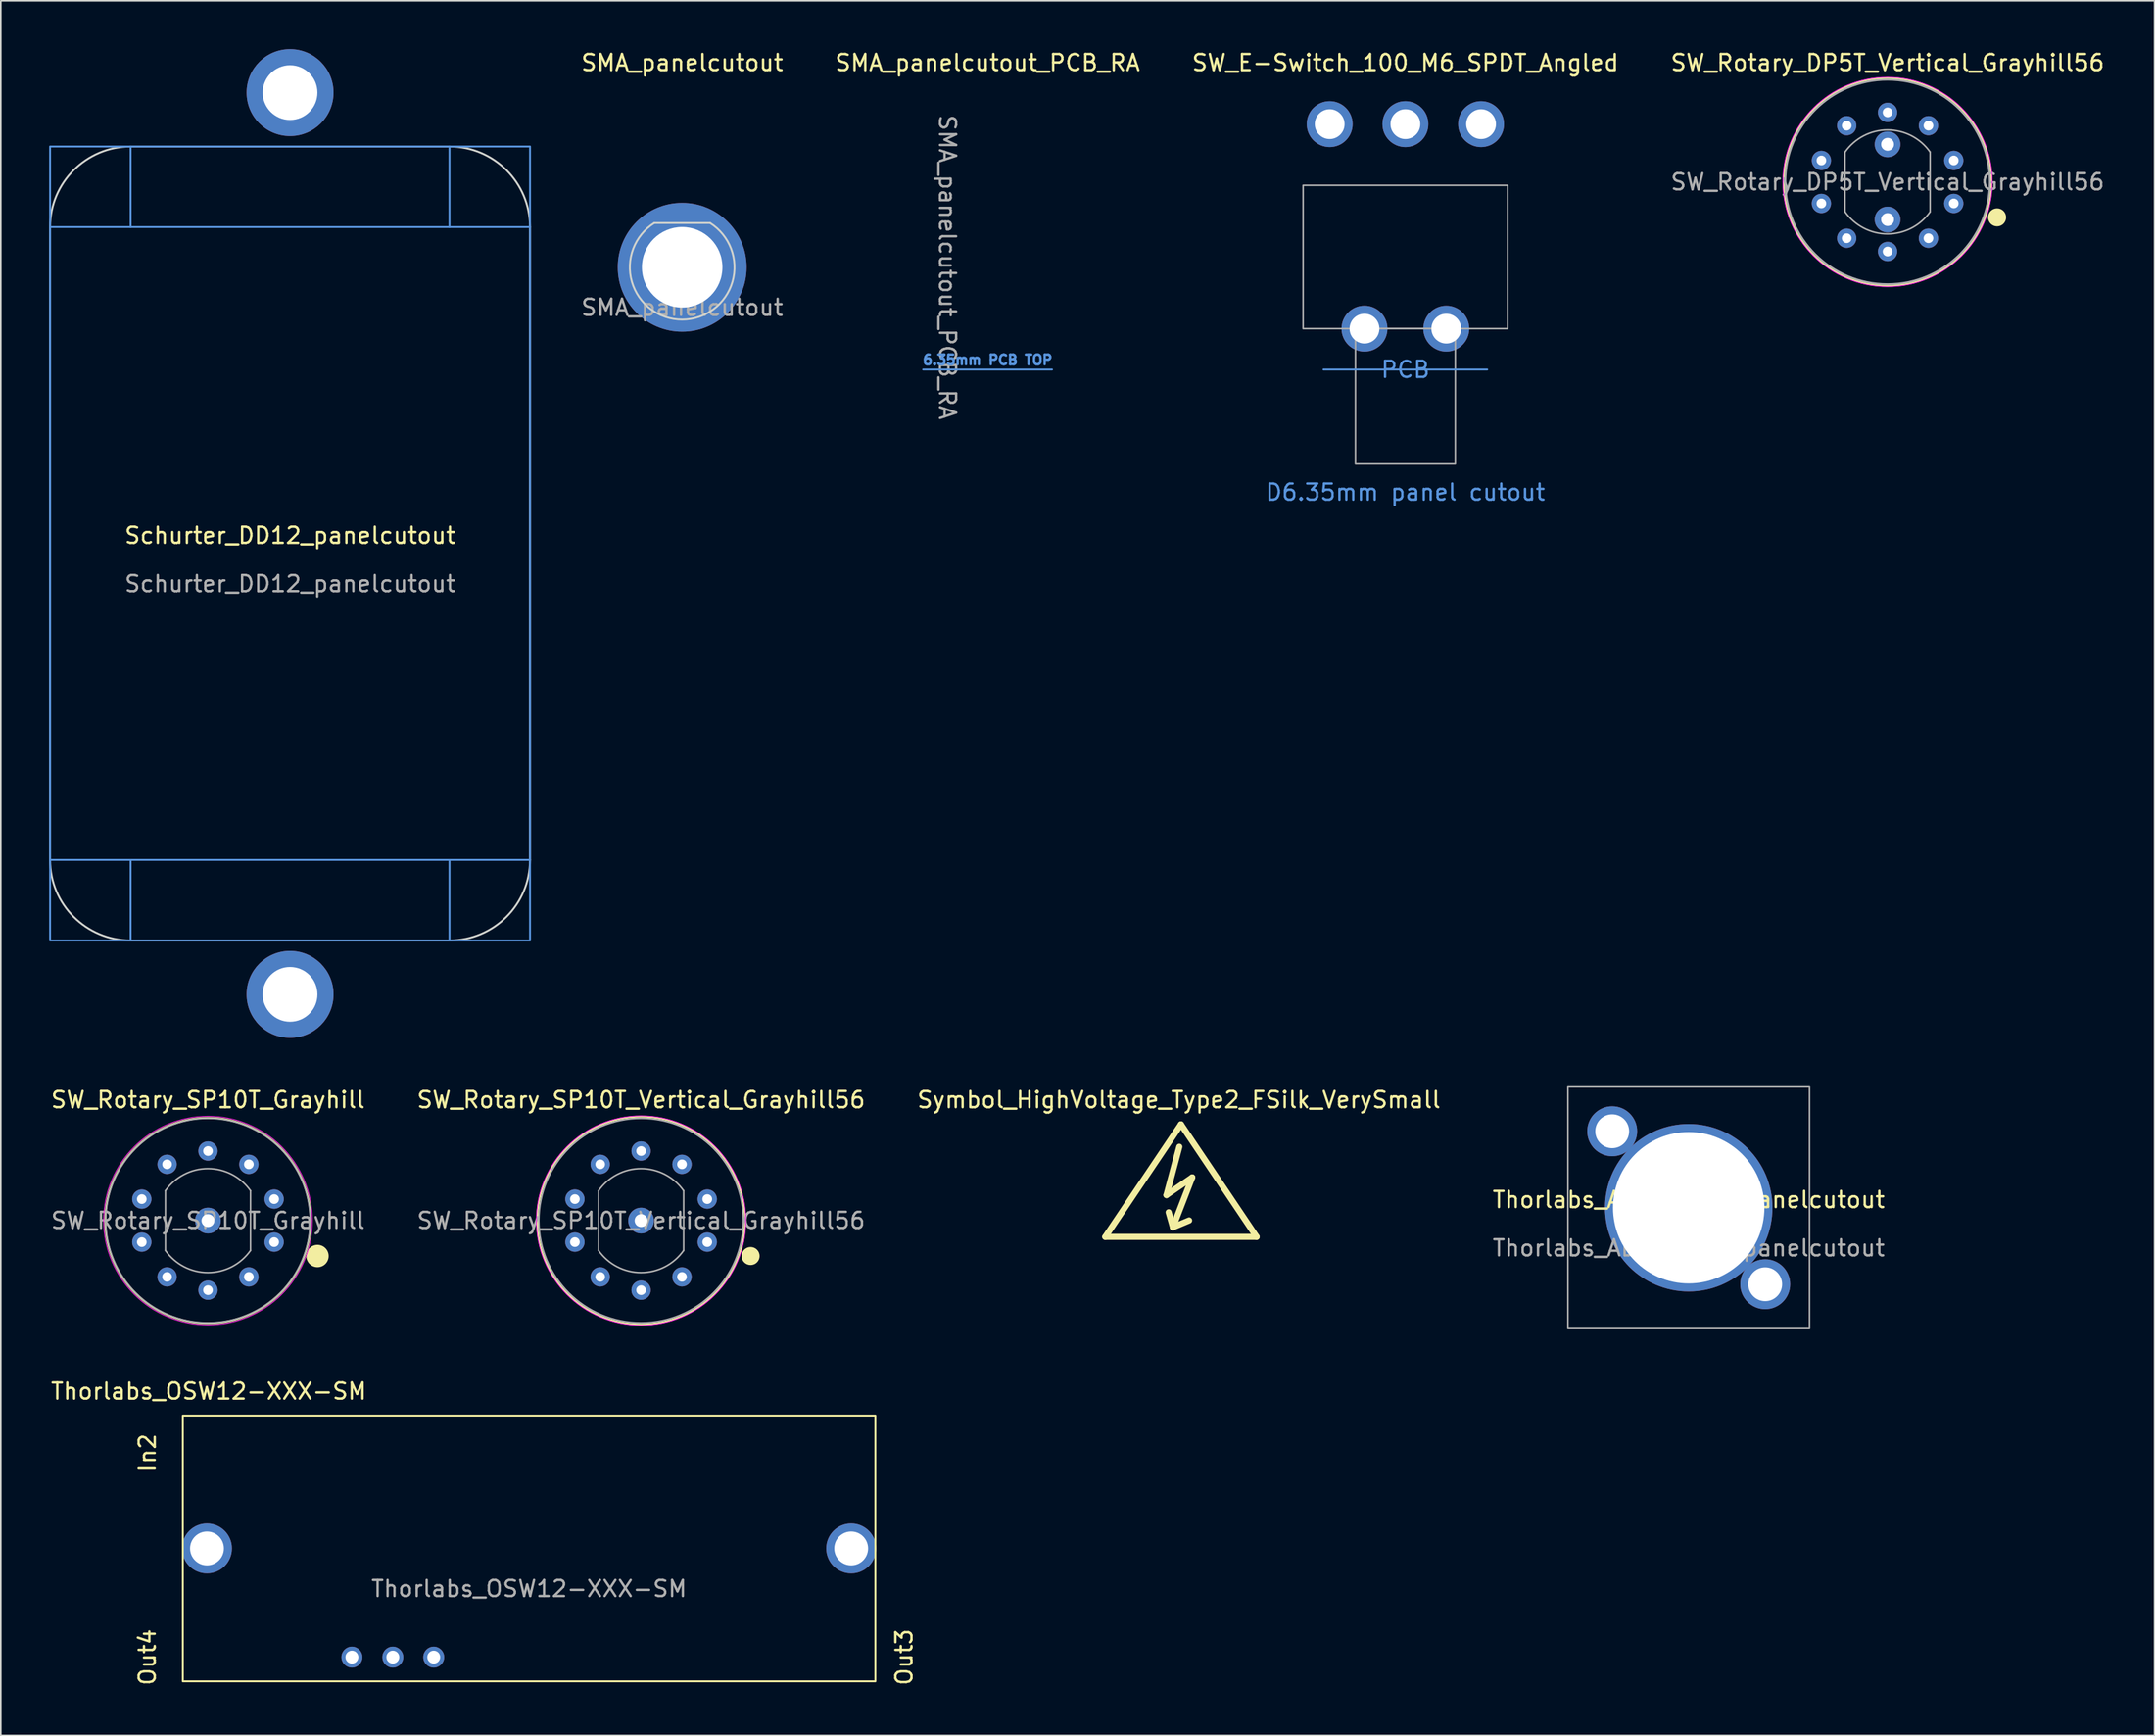
<source format=kicad_pcb>
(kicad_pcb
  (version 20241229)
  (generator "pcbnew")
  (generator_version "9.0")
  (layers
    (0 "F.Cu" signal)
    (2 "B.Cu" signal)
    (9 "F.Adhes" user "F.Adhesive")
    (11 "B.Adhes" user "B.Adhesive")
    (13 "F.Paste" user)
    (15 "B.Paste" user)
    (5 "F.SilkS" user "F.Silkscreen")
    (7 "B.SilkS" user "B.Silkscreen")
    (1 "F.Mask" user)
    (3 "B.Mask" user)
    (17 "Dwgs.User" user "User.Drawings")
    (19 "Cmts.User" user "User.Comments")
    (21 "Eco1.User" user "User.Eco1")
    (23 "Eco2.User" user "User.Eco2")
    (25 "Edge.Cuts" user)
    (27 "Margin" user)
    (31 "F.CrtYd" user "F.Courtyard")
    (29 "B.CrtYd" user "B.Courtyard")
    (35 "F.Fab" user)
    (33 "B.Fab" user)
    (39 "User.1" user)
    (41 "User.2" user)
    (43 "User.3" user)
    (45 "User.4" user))
  (footprint "Schurter_DD12_panelcutout"
    (layer "F.Cu")
    (at 14.96 30.7)
    (property "Reference" "Schurter_DD12_panelcutout" (at 0 -0.5 0) (unlocked yes) (layer "F.SilkS") (effects (font (size 1 1) (thickness 0.15))))
    (fp_line (start -14.9 -19.65) (end 14.9 -19.65) (stroke (width 0.12) (type solid)) (layer "Cmts.User"))
    (fp_line (start -14.9 19.65) (end 14.9 19.65) (stroke (width 0.12) (type solid)) (layer "Cmts.User"))
    (fp_line (start -9.9 -24.65) (end -9.9 -19.65) (stroke (width 0.12) (type solid)) (layer "Cmts.User"))
    (fp_line (start -9.9 24.65) (end -9.9 19.65) (stroke (width 0.12) (type solid)) (layer "Cmts.User"))
    (fp_line (start 9.9 -24.65) (end 9.9 -19.65) (stroke (width 0.12) (type solid)) (layer "Cmts.User"))
    (fp_line (start 9.9 24.65) (end 9.9 19.65) (stroke (width 0.12) (type solid)) (layer "Cmts.User"))
    (fp_rect (start -14.9 -24.65) (end 14.9 24.65) (stroke (width 0.12) (type solid)) (fill no) (layer "Cmts.User"))
    (fp_line (start -14.9 -19.65) (end -14.9 19.65) (stroke (width 0.12) (type solid)) (layer "Edge.Cuts"))
    (fp_line (start -9.9 -24.65) (end 9.9 -24.65) (stroke (width 0.12) (type solid)) (layer "Edge.Cuts"))
    (fp_line (start -9.9 24.65) (end 9.9 24.65) (stroke (width 0.12) (type solid)) (layer "Edge.Cuts"))
    (fp_line (start 14.9 -19.65) (end 14.9 19.65) (stroke (width 0.12) (type solid)) (layer "Edge.Cuts"))
    (fp_arc (start -14.9 -19.65) (mid -13.435534 -23.185534) (end -9.9 -24.65) (stroke (width 0.12) (type solid)) (layer "Edge.Cuts"))
    (fp_arc (start -9.9 24.65) (mid -13.435534 23.185534) (end -14.9 19.65) (stroke (width 0.12) (type solid)) (layer "Edge.Cuts"))
    (fp_arc (start 9.9 -24.65) (mid 13.435534 -23.185534) (end 14.9 -19.65) (stroke (width 0.12) (type solid)) (layer "Edge.Cuts"))
    (fp_arc (start 14.9 19.65) (mid 13.435534 23.185534) (end 9.9 24.65) (stroke (width 0.12) (type solid)) (layer "Edge.Cuts"))
    (fp_text user "${REFERENCE}" (at 0 2.5 0) (unlocked yes) (layer "F.Fab") (effects (font (size 1 1) (thickness 0.15))))
    (pad "1" thru_hole circle (at 0 -28) (size 5.4 5.4) (drill 3.4) (layers "*.Cu" "*.Mask"))
    (pad "1" thru_hole circle (at 0 28) (size 5.4 5.4) (drill 3.4) (layers "*.Cu" "*.Mask")))
  (footprint "SW_E-Switch_100_M6_SPDT_Angled"
    (layer "F.Cu")
    (at 84.212 17.358)
    (property "Reference" "SW_E-Switch_100_M6_SPDT_Angled" (at 0 -16.51 0) (layer "F.SilkS") (effects (font (size 1 1) (thickness 0.15))))
    (attr through_hole)
    (fp_line (start -5.08 2.54) (end 5.08 2.54) (stroke (width 0.12) (type solid)) (layer "Cmts.User"))
    (fp_rect (start -6.35 0) (end 6.35 -8.9) (stroke (width 0.1) (type solid)) (fill no) (layer "F.Fab"))
    (fp_rect (start -3.1 0) (end 3.1 8.4) (stroke (width 0.1) (type solid)) (fill no) (layer "F.Fab"))
    (fp_text user "D6.35mm panel cutout" (at 0 10.16 0) (unlocked yes) (layer "Cmts.User") (effects (font (size 1 1) (thickness 0.15))))
    (fp_text user "PCB" (at 0 2.54 0) (unlocked yes) (layer "Cmts.User") (effects (font (size 1 1) (thickness 0.15))))
    (pad "" thru_hole circle (at -2.54 0) (size 2.85 2.85) (drill 1.85) (layers "*.Cu" "*.Mask"))
    (pad "" thru_hole circle (at 2.54 0) (size 2.85 2.85) (drill 1.85) (layers "*.Cu" "*.Mask"))
    (pad "1" thru_hole circle (at -4.7 -12.7) (size 2.85 2.85) (drill 1.85) (layers "*.Cu" "*.Mask"))
    (pad "2" thru_hole circle (at 0 -12.7) (size 2.85 2.85) (drill 1.85) (layers "*.Cu" "*.Mask"))
    (pad "3" thru_hole circle (at 4.7 -12.7) (size 2.85 2.85) (drill 1.85) (layers "*.Cu" "*.Mask")))
  (footprint "SMA_panelcutout"
    (layer "F.Cu")
    (at 39.307 13.548)
    (property "Reference" "SMA_panelcutout" (at 0 -12.7 0) (unlocked yes) (layer "F.SilkS") (effects (font (size 1 1) (thickness 0.15))))
    (attr through_hole)
    (fp_line (start 1.732 -2.75) (end -1.732 -2.75) (stroke (width 0.12) (type solid)) (layer "Edge.Cuts"))
    (fp_arc (start 1.732 -2.75) (mid 0 3.249672) (end -1.732 -2.75) (stroke (width 0.12) (type solid)) (layer "Edge.Cuts"))
    (fp_text user "${REFERENCE}" (at 0 2.5 0) (unlocked yes) (layer "F.Fab") (effects (font (size 1 1) (thickness 0.15))))
    (pad "1" thru_hole circle (at 0 0) (size 8 8) (drill 5) (layers "*.Cu" "*.Mask")))
  (footprint "Thorlabs_OSW12-XXX-SM"
    (layer "F.Cu")
    (at 29.801 93.108)
    (property "Reference" "Thorlabs_OSW12-XXX-SM" (at -19.89 -9.76 0) (unlocked yes) (layer "F.SilkS") (effects (font (size 1 1) (thickness 0.15))))
    (attr through_hole)
    (fp_rect (start -21.5 -8.25) (end 21.5 8.25) (stroke (width 0.12) (type solid)) (fill no) (layer "F.SilkS"))
    (fp_text user "In2" (at -23.7 -5.95 90) (unlocked yes) (layer "F.SilkS") (effects (font (size 1 1) (thickness 0.15))))
    (fp_text user "Out3" (at 23.29 6.75 90) (unlocked yes) (layer "F.SilkS") (effects (font (size 1 1) (thickness 0.15))))
    (fp_text user "Out4" (at -23.7 6.75 90) (unlocked yes) (layer "F.SilkS") (effects (font (size 1 1) (thickness 0.15))))
    (fp_text user "${REFERENCE}" (at 0 2.5 0) (unlocked yes) (layer "F.Fab") (effects (font (size 1 1) (thickness 0.15))))
    (pad "" np_thru_hole circle (at -20 0) (size 3.1 3.1) (drill 2.1) (layers "*.Cu" "*.Mask"))
    (pad "" np_thru_hole circle (at 20 0) (size 3.1 3.1) (drill 2.1) (layers "*.Cu" "*.Mask"))
    (pad "1" thru_hole circle (at -11 6.75) (size 1.3 1.3) (drill 0.8) (layers "*.Cu" "*.Mask"))
    (pad "2" thru_hole circle (at -8.46 6.75) (size 1.3 1.3) (drill 0.8) (layers "*.Cu" "*.Mask"))
    (pad "3" thru_hole circle (at -5.92 6.75) (size 1.3 1.3) (drill 0.8) (layers "*.Cu" "*.Mask")))
  (footprint "SW_Rotary_SP10T_Grayhill"
    (layer "F.Cu")
    (at 9.863 72.748)
    (property "Reference" "SW_Rotary_SP10T_Grayhill" (at 0 -7.5 0) (unlocked yes) (layer "F.SilkS") (effects (font (size 1 1) (thickness 0.15))))
    (attr through_hole)
    (fp_circle (center 0 0) (end 6.375 0) (stroke (width 0.12) (type solid)) (fill no) (layer "F.SilkS"))
    (fp_circle (center 6.8 2.2) (end 7.435 2.2) (stroke (width 0.12) (type solid)) (fill yes) (layer "F.SilkS"))
    (fp_circle (center 0 0) (end 6.477 0) (stroke (width 0.05) (type solid)) (fill no) (layer "F.CrtYd"))
    (fp_line (start -2.642 -1.854) (end -2.642 1.854) (stroke (width 0.1) (type solid)) (layer "F.Fab"))
    (fp_line (start 2.642 -1.854) (end 2.642 1.854) (stroke (width 0.1) (type solid)) (layer "F.Fab"))
    (fp_arc (start -2.6416 -1.8542) (mid 0 -3.2274) (end 2.6416 -1.8542) (stroke (width 0.1) (type solid)) (layer "F.Fab"))
    (fp_arc (start 2.6416 1.8542) (mid 0 3.2274) (end -2.6416 1.8542) (stroke (width 0.1) (type solid)) (layer "F.Fab"))
    (fp_circle (center 0 0) (end 6.35 0) (stroke (width 0.1) (type solid)) (fill no) (layer "F.Fab"))
    (fp_text user "${REFERENCE}" (at 0 0 0) (unlocked yes) (layer "F.Fab") (effects (font (size 1 1) (thickness 0.15))))
    (pad "1" thru_hole circle (at 4.109 1.335) (size 1.2 1.2) (drill 0.6) (layers "*.Cu" "*.Mask"))
    (pad "2" thru_hole circle (at 2.539 3.495) (size 1.2 1.2) (drill 0.6) (layers "*.Cu" "*.Mask"))
    (pad "3" thru_hole circle (at 0 4.32) (size 1.2 1.2) (drill 0.6) (layers "*.Cu" "*.Mask"))
    (pad "4" thru_hole circle (at -2.539 3.495) (size 1.2 1.2) (drill 0.6) (layers "*.Cu" "*.Mask"))
    (pad "5" thru_hole circle (at -4.109 1.335) (size 1.2 1.2) (drill 0.6) (layers "*.Cu" "*.Mask"))
    (pad "6" thru_hole circle (at -4.109 -1.335) (size 1.2 1.2) (drill 0.6) (layers "*.Cu" "*.Mask"))
    (pad "7" thru_hole circle (at -2.539 -3.495) (size 1.2 1.2) (drill 0.6) (layers "*.Cu" "*.Mask"))
    (pad "8" thru_hole circle (at 0 -4.32) (size 1.2 1.2) (drill 0.6) (layers "*.Cu" "*.Mask"))
    (pad "9" thru_hole circle (at 2.539 -3.495) (size 1.2 1.2) (drill 0.6) (layers "*.Cu" "*.Mask"))
    (pad "10" thru_hole circle (at 4.109 -1.335) (size 1.2 1.2) (drill 0.6) (layers "*.Cu" "*.Mask"))
    (pad "11" thru_hole circle (at 0 0) (size 1.6 1.6) (drill 0.8) (layers "*.Cu" "*.Mask")))
  (footprint "SW_Rotary_DP5T_Vertical_Grayhill56"
    (layer "F.Cu")
    (at 114.152 8.248)
    (property "Reference" "SW_Rotary_DP5T_Vertical_Grayhill56" (at 0 -7.4 0) (unlocked yes) (layer "F.SilkS") (effects (font (size 1 1) (thickness 0.15))))
    (attr through_hole)
    (fp_circle (center 0 0) (end 6.45 0) (stroke (width 0.12) (type solid)) (fill no) (layer "F.SilkS"))
    (fp_circle (center 6.8 2.2) (end 7.3 2.2) (stroke (width 0.12) (type solid)) (fill yes) (layer "F.SilkS"))
    (fp_circle (center 0 0) (end 6.5 0) (stroke (width 0.05) (type solid)) (fill no) (layer "F.CrtYd"))
    (fp_line (start -2.642 -1.854) (end -2.642 1.854) (stroke (width 0.1) (type solid)) (layer "F.Fab"))
    (fp_line (start 2.642 -1.854) (end 2.642 1.854) (stroke (width 0.1) (type solid)) (layer "F.Fab"))
    (fp_arc (start -2.6416 -1.8542) (mid 0 -3.2274) (end 2.6416 -1.8542) (stroke (width 0.1) (type solid)) (layer "F.Fab"))
    (fp_arc (start 2.6416 1.8542) (mid 0 3.2274) (end -2.6416 1.8542) (stroke (width 0.1) (type solid)) (layer "F.Fab"))
    (fp_circle (center 0 0) (end 6.35 0) (stroke (width 0.12) (type solid)) (fill no) (layer "F.Fab"))
    (fp_text user "${REFERENCE}" (at 0 0 0) (unlocked yes) (layer "F.Fab") (effects (font (size 1 1) (thickness 0.15))))
    (pad "1" thru_hole circle (at 4.109 1.335) (size 1.2 1.2) (drill 0.6) (layers "*.Cu" "*.Mask"))
    (pad "2" thru_hole circle (at 2.539 3.495) (size 1.2 1.2) (drill 0.6) (layers "*.Cu" "*.Mask"))
    (pad "3" thru_hole circle (at 0 4.32) (size 1.2 1.2) (drill 0.6) (layers "*.Cu" "*.Mask"))
    (pad "4" thru_hole circle (at -2.539 3.495) (size 1.2 1.2) (drill 0.6) (layers "*.Cu" "*.Mask"))
    (pad "5" thru_hole circle (at -4.109 1.335) (size 1.2 1.2) (drill 0.6) (layers "*.Cu" "*.Mask"))
    (pad "6" thru_hole circle (at -4.109 -1.335) (size 1.2 1.2) (drill 0.6) (layers "*.Cu" "*.Mask"))
    (pad "7" thru_hole circle (at -2.539 -3.495) (size 1.2 1.2) (drill 0.6) (layers "*.Cu" "*.Mask"))
    (pad "8" thru_hole circle (at 0 -4.32) (size 1.2 1.2) (drill 0.6) (layers "*.Cu" "*.Mask"))
    (pad "9" thru_hole circle (at 2.539 -3.495) (size 1.2 1.2) (drill 0.6) (layers "*.Cu" "*.Mask"))
    (pad "10" thru_hole circle (at 4.109 -1.335) (size 1.2 1.2) (drill 0.6) (layers "*.Cu" "*.Mask"))
    (pad "11" thru_hole circle (at 0 2.335) (size 1.6 1.6) (drill 0.8) (layers "*.Cu" "*.Mask"))
    (pad "12" thru_hole circle (at 0 -2.335) (size 1.6 1.6) (drill 0.8) (layers "*.Cu" "*.Mask")))
  (footprint "Symbol_HighVoltage_Type2_FSilk_VerySmall"
    (layer "F.Cu")
    (at 70.276 70.963)
    (property "Reference" "Symbol_HighVoltage_Type2_FSilk_VerySmall" (at -0.127 -5.715 0) (layer "F.SilkS") (effects (font (size 1 1) (thickness 0.15))))
    (attr exclude_from_pos_files exclude_from_bom)
    (fp_line (start -4.699 2.794) (end 0 -4.191) (stroke (width 0.381) (type solid)) (layer "F.SilkS"))
    (fp_line (start -0.498 2.2) (end -0.762 1.27) (stroke (width 0.381) (type solid)) (layer "F.SilkS"))
    (fp_line (start -0.498 2.2) (end 0.508 1.778) (stroke (width 0.381) (type solid)) (layer "F.SilkS"))
    (fp_line (start -0.498 2.2) (end 0.701 -0.899) (stroke (width 0.381) (type solid)) (layer "F.SilkS"))
    (fp_line (start -0.099 -2.799) (end -0.899 0.201) (stroke (width 0.381) (type solid)) (layer "F.SilkS"))
    (fp_line (start 0 -4.191) (end 4.699 2.794) (stroke (width 0.381) (type solid)) (layer "F.SilkS"))
    (fp_line (start 0.701 -0.899) (end -0.899 0.201) (stroke (width 0.381) (type solid)) (layer "F.SilkS"))
    (fp_line (start 4.699 2.794) (end -4.699 2.794) (stroke (width 0.381) (type solid)) (layer "F.SilkS")))
  (footprint "SW_Rotary_SP10T_Vertical_Grayhill56"
    (layer "F.Cu")
    (at 36.756 72.748)
    (property "Reference" "SW_Rotary_SP10T_Vertical_Grayhill56" (at 0 -7.5 0) (unlocked yes) (layer "F.SilkS") (effects (font (size 1 1) (thickness 0.15))))
    (attr through_hole)
    (fp_circle (center 0 0) (end 6.45 0) (stroke (width 0.12) (type solid)) (fill no) (layer "F.SilkS"))
    (fp_circle (center 6.8 2.2) (end 7.3 2.2) (stroke (width 0.12) (type solid)) (fill yes) (layer "F.SilkS"))
    (fp_circle (center 0 0) (end 6.5 0) (stroke (width 0.05) (type solid)) (fill no) (layer "F.CrtYd"))
    (fp_line (start -2.642 -1.854) (end -2.642 1.854) (stroke (width 0.1) (type solid)) (layer "F.Fab"))
    (fp_line (start 2.642 -1.854) (end 2.642 1.854) (stroke (width 0.1) (type solid)) (layer "F.Fab"))
    (fp_arc (start -2.6416 -1.8542) (mid 0 -3.2274) (end 2.6416 -1.8542) (stroke (width 0.1) (type solid)) (layer "F.Fab"))
    (fp_arc (start 2.6416 1.8542) (mid 0 3.2274) (end -2.6416 1.8542) (stroke (width 0.1) (type solid)) (layer "F.Fab"))
    (fp_circle (center 0 0) (end 6.35 0) (stroke (width 0.1) (type solid)) (fill no) (layer "F.Fab"))
    (fp_text user "${REFERENCE}" (at 0 0 0) (unlocked yes) (layer "F.Fab") (effects (font (size 1 1) (thickness 0.15))))
    (pad "1" thru_hole circle (at 4.109 1.335) (size 1.2 1.2) (drill 0.6) (layers "*.Cu" "*.Mask"))
    (pad "2" thru_hole circle (at 2.539 3.495) (size 1.2 1.2) (drill 0.6) (layers "*.Cu" "*.Mask"))
    (pad "3" thru_hole circle (at 0 4.32) (size 1.2 1.2) (drill 0.6) (layers "*.Cu" "*.Mask"))
    (pad "4" thru_hole circle (at -2.539 3.495) (size 1.2 1.2) (drill 0.6) (layers "*.Cu" "*.Mask"))
    (pad "5" thru_hole circle (at -4.109 1.335) (size 1.2 1.2) (drill 0.6) (layers "*.Cu" "*.Mask"))
    (pad "6" thru_hole circle (at -4.109 -1.335) (size 1.2 1.2) (drill 0.6) (layers "*.Cu" "*.Mask"))
    (pad "7" thru_hole circle (at -2.539 -3.495) (size 1.2 1.2) (drill 0.6) (layers "*.Cu" "*.Mask"))
    (pad "8" thru_hole circle (at 0 -4.32) (size 1.2 1.2) (drill 0.6) (layers "*.Cu" "*.Mask"))
    (pad "9" thru_hole circle (at 2.539 -3.495) (size 1.2 1.2) (drill 0.6) (layers "*.Cu" "*.Mask"))
    (pad "10" thru_hole circle (at 4.109 -1.335) (size 1.2 1.2) (drill 0.6) (layers "*.Cu" "*.Mask"))
    (pad "11" thru_hole circle (at 0 0) (size 1.6 1.6) (drill 0.8) (layers "*.Cu" "*.Mask")))
  (footprint "SMA_panelcutout_PCB_RA"
    (layer "F.Cu")
    (at 58.271 13.548)
    (property "Reference" "SMA_panelcutout_PCB_RA" (at 0 -12.7 0) (unlocked yes) (layer "F.SilkS") (effects (font (size 1 1) (thickness 0.15))))
    (attr through_hole)
    (fp_line (start -4 6.35) (end 4 6.35) (stroke (width 0.12) (type solid)) (layer "Cmts.User"))
    (fp_line (start 2.75 1.732) (end 2.75 -1.732) (stroke (width 0.001) (type solid)) (layer "Edge.Cuts"))
    (fp_arc (start 2.75 1.732) (mid -3.249672 0) (end 2.75 -1.732) (stroke (width 0.001) (type solid)) (layer "Edge.Cuts"))
    (fp_text user "6.35mm PCB TOP" (at 0 5.75 0) (unlocked yes) (layer "Cmts.User") (effects (font (size 0.6 0.6) (thickness 0.15))))
    (fp_text user "${REFERENCE}" (at -2.5 0 270) (unlocked yes) (layer "F.Fab") (effects (font (size 1 1) (thickness 0.15)))))
  (footprint "Thorlabs_ADAFCPM2_panelcutout"
    (layer "F.Cu")
    (at 101.804 71.95)
    (property "Reference" "Thorlabs_ADAFCPM2_panelcutout" (at 0 -0.5 0) (unlocked yes) (layer "F.SilkS") (effects (font (size 1 1) (thickness 0.15))))
    (attr through_hole)
    (fp_rect (start -7.5 -7.5) (end 7.5 7.5) (stroke (width 0.1) (type solid)) (fill no) (layer "F.Fab"))
    (fp_text user "${REFERENCE}" (at 0 2.5 0) (unlocked yes) (layer "F.Fab") (effects (font (size 1 1) (thickness 0.15))))
    (pad "1" thru_hole circle (at -4.75 -4.75) (size 3.1 3.1) (drill 2.1) (layers "*.Cu" "*.Mask"))
    (pad "1" thru_hole circle (at 0 0) (size 10.4 10.4) (drill 9.4) (layers "*.Cu" "*.Mask"))
    (pad "1" thru_hole circle (at 4.75 4.75) (size 3.1 3.1) (drill 2.1) (layers "*.Cu" "*.Mask")))
  (gr_rect
    (start -3 -3)
    (end 130.73 104.721)
    (stroke (width 0.1) (type default))
    (fill no)
    (layer "Edge.Cuts")))
</source>
